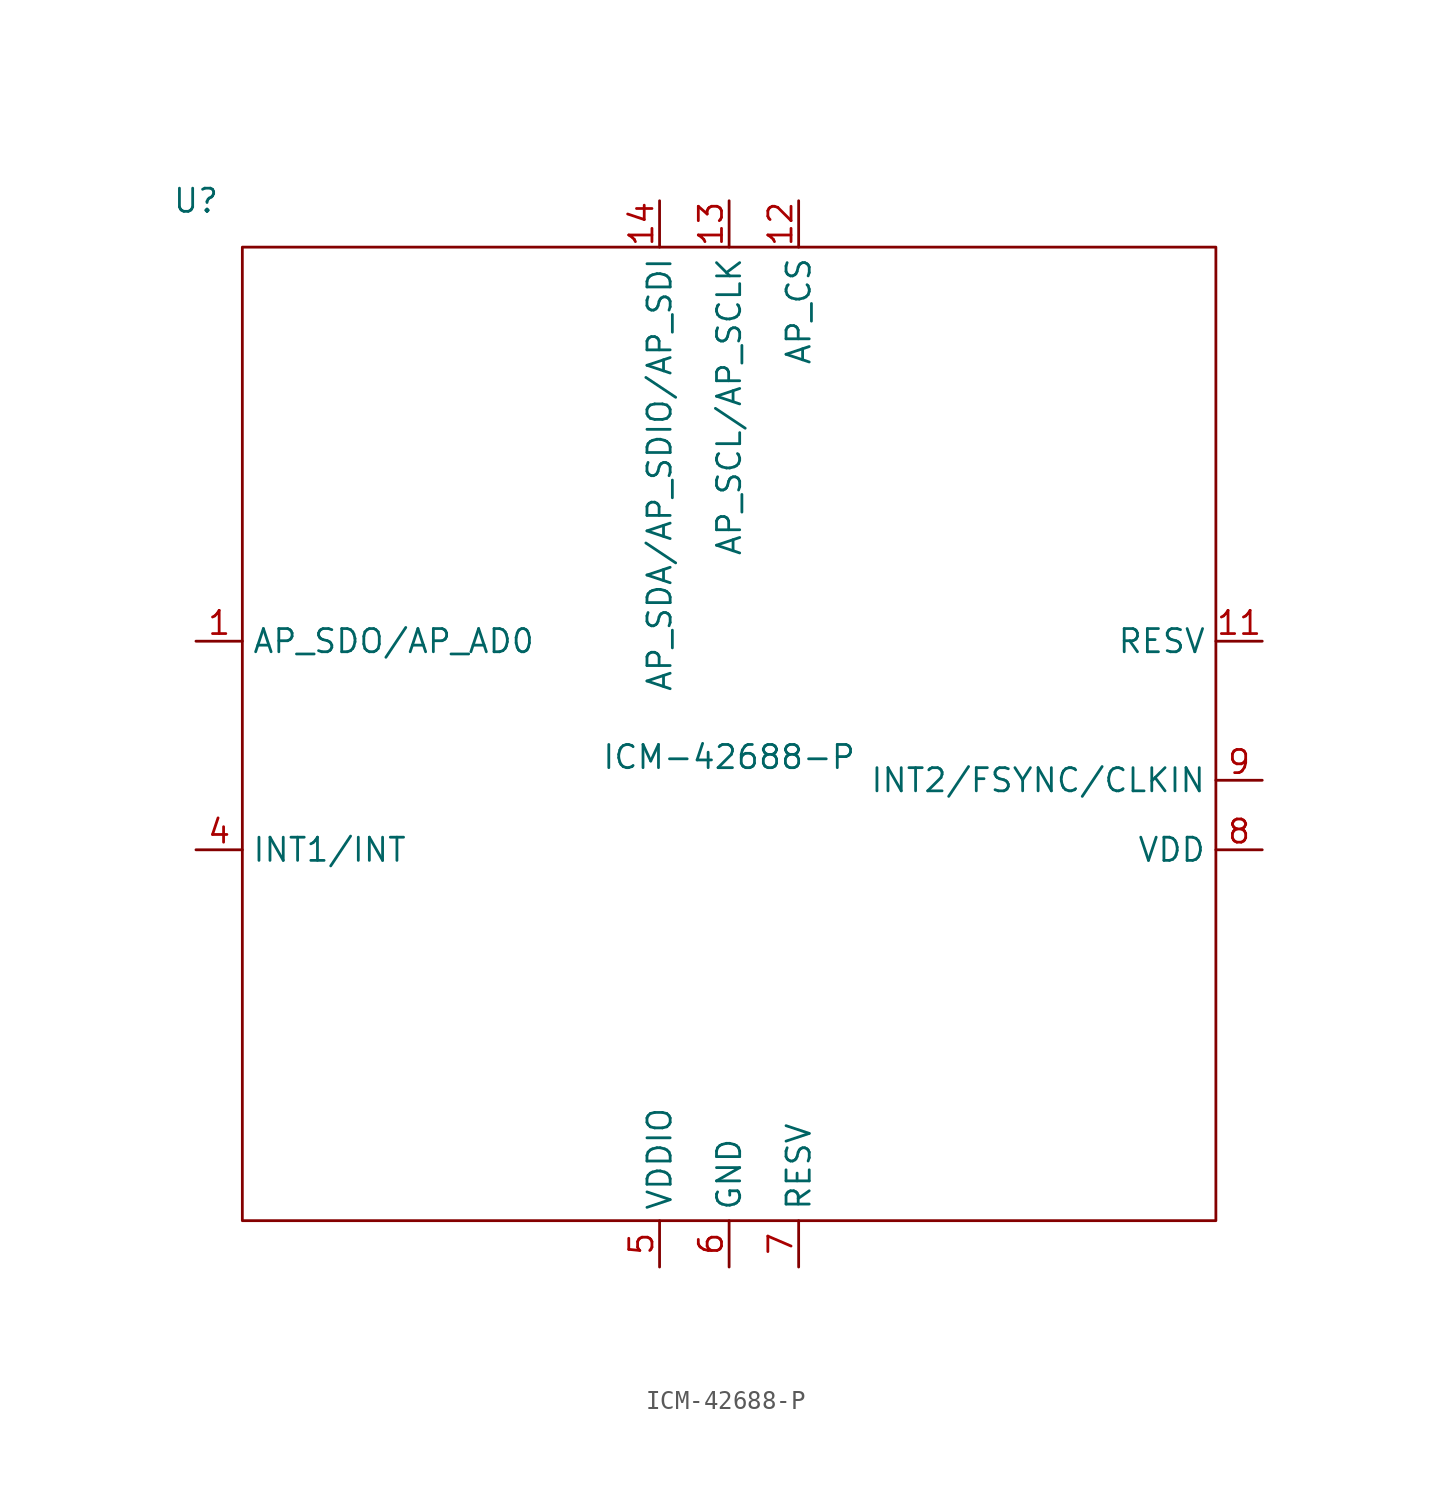
<source format=kicad_sym>
(kicad_symbol_lib
  (version 20220914)
  (generator kicad_symbol_editor)
  (symbol "ICM-42688-P"
    (property "Reference" "U"
      (at 0 0 0)
      (effects (font (size 1.27 1.27))))
    (property "Value" "ICM-42688-P"
      (at 29.21 -30.48 0)
      (effects (font (size 1.27 1.27))))
    (symbol "ICM-42688-P_0_1"
      (rectangle (start 2.54 -2.54) (end 55.88 -55.88) (stroke (width 0) (type default)) (fill (type none))))
    (symbol "ICM-42688-P_1_1"
      (pin output line (at 0 -24.13 0) (length 2.54) (name "AP_SDO/AP_AD0" (effects (font (size 1.27 1.27)))) (number "1" (effects (font (size 1.27 1.27)))))
      (pin no_connect line (at 58.42 -27.94 180) (length 2.54) hide (name "RESV" (effects (font (size 1.27 1.27)))) (number "10" (effects (font (size 1.27 1.27)))))
      (pin input line (at 58.42 -24.13 180) (length 2.54) (name "RESV" (effects (font (size 1.27 1.27)))) (number "11" (effects (font (size 1.27 1.27)))))
      (pin input line (at 33.02 0 270) (length 2.54) (name "AP_CS" (effects (font (size 1.27 1.27)))) (number "12" (effects (font (size 1.27 1.27)))))
      (pin input line (at 29.21 0 270) (length 2.54) (name "AP_SCL/AP_SCLK" (effects (font (size 1.27 1.27)))) (number "13" (effects (font (size 1.27 1.27)))))
      (pin input line (at 25.4 0 270) (length 2.54) (name "AP_SDA/AP_SDIO/AP_SDI" (effects (font (size 1.27 1.27)))) (number "14" (effects (font (size 1.27 1.27)))))
      (pin no_connect line (at 0 -27.94 0) (length 2.54) hide (name "RESV" (effects (font (size 1.27 1.27)))) (number "2" (effects (font (size 1.27 1.27)))))
      (pin no_connect line (at 0 -31.75 0) (length 2.54) hide (name "RESV" (effects (font (size 1.27 1.27)))) (number "3" (effects (font (size 1.27 1.27)))))
      (pin output line (at 0 -35.56 0) (length 2.54) (name "INT1/INT" (effects (font (size 1.27 1.27)))) (number "4" (effects (font (size 1.27 1.27)))))
      (pin power_in line (at 25.4 -58.42 90) (length 2.54) (name "VDDIO" (effects (font (size 1.27 1.27)))) (number "5" (effects (font (size 1.27 1.27)))))
      (pin power_in line (at 29.21 -58.42 90) (length 2.54) (name "GND" (effects (font (size 1.27 1.27)))) (number "6" (effects (font (size 1.27 1.27)))))
      (pin input line (at 33.02 -58.42 90) (length 2.54) (name "RESV" (effects (font (size 1.27 1.27)))) (number "7" (effects (font (size 1.27 1.27)))))
      (pin power_in line (at 58.42 -35.56 180) (length 2.54) (name "VDD" (effects (font (size 1.27 1.27)))) (number "8" (effects (font (size 1.27 1.27)))))
      (pin output line (at 58.42 -31.75 180) (length 2.54) (name "INT2/FSYNC/CLKIN" (effects (font (size 1.27 1.27)))) (number "9" (effects (font (size 1.27 1.27))))))))
</source>
